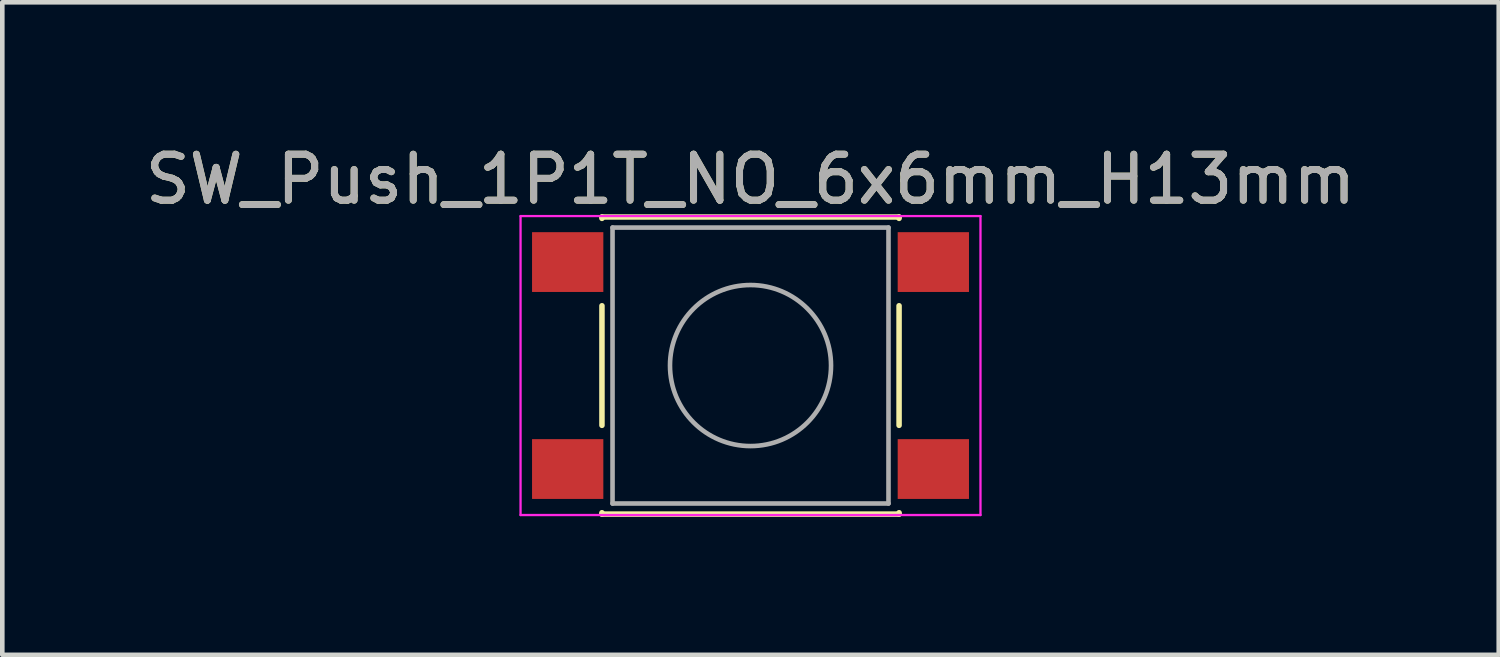
<source format=kicad_pcb>
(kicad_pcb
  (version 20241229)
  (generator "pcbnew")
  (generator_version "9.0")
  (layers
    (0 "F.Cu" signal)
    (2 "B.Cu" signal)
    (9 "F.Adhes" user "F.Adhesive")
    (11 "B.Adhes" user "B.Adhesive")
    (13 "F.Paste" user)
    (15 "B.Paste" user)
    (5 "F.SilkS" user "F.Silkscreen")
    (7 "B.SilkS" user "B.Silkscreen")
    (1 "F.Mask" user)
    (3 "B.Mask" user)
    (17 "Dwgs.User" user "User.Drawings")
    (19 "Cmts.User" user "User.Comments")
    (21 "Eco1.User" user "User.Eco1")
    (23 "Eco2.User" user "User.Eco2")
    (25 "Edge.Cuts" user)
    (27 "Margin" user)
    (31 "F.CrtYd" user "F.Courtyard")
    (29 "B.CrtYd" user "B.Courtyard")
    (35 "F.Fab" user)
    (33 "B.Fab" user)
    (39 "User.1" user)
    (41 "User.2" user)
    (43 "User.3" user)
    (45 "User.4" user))
  (footprint "SW_Push_1P1T_NO_6x6mm_H13mm"
    (layer "F.Cu")
    (at 13.268 4.898)
    (property "Reference" "SW_Push_1P1T_NO_6x6mm_H13mm" (at 0 -4.05 0) (layer "F.SilkS") (effects (font (size 1 1) (thickness 0.15))))
    (attr smd)
    (fp_line (start -3.23 -3.23) (end 3.23 -3.23) (stroke (width 0.12) (type solid)) (layer "F.SilkS"))
    (fp_line (start -3.23 -3.2) (end -3.23 -3.23) (stroke (width 0.12) (type solid)) (layer "F.SilkS"))
    (fp_line (start -3.23 -1.3) (end -3.23 1.3) (stroke (width 0.12) (type solid)) (layer "F.SilkS"))
    (fp_line (start -3.23 3.23) (end -3.23 3.2) (stroke (width 0.12) (type solid)) (layer "F.SilkS"))
    (fp_line (start -3.23 3.23) (end 3.23 3.23) (stroke (width 0.12) (type solid)) (layer "F.SilkS"))
    (fp_line (start 3.23 -3.23) (end 3.23 -3.2) (stroke (width 0.12) (type solid)) (layer "F.SilkS"))
    (fp_line (start 3.23 -1.3) (end 3.23 1.3) (stroke (width 0.12) (type solid)) (layer "F.SilkS"))
    (fp_line (start 3.23 3.23) (end 3.23 3.2) (stroke (width 0.12) (type solid)) (layer "F.SilkS"))
    (fp_line (start -5 -3.25) (end -5 3.25) (stroke (width 0.05) (type solid)) (layer "F.CrtYd"))
    (fp_line (start -5 -3.25) (end 5 -3.25) (stroke (width 0.05) (type solid)) (layer "F.CrtYd"))
    (fp_line (start -5 3.25) (end 5 3.25) (stroke (width 0.05) (type solid)) (layer "F.CrtYd"))
    (fp_line (start 5 3.25) (end 5 -3.25) (stroke (width 0.05) (type solid)) (layer "F.CrtYd"))
    (fp_line (start -3 -3) (end -3 3) (stroke (width 0.1) (type solid)) (layer "F.Fab"))
    (fp_line (start -3 3) (end 3 3) (stroke (width 0.1) (type solid)) (layer "F.Fab"))
    (fp_line (start 3 -3) (end -3 -3) (stroke (width 0.1) (type solid)) (layer "F.Fab"))
    (fp_line (start 3 3) (end 3 -3) (stroke (width 0.1) (type solid)) (layer "F.Fab"))
    (fp_circle (center 0 0) (end 1.75 -0.05) (stroke (width 0.1) (type solid)) (fill no) (layer "F.Fab"))
    (fp_text user "${REFERENCE}" (at 0 -4.05 0) (layer "F.Fab") (effects (font (size 1 1) (thickness 0.15))))
    (pad "1" smd rect (at -3.975 -2.25) (size 1.55 1.3) (layers "F.Cu" "F.Mask" "F.Paste"))
    (pad "2" smd rect (at 3.975 -2.25) (size 1.55 1.3) (layers "F.Cu" "F.Mask" "F.Paste"))
    (pad "3" smd rect (at -3.975 2.25) (size 1.55 1.3) (layers "F.Cu" "F.Mask" "F.Paste"))
    (pad "4" smd rect (at 3.975 2.25) (size 1.55 1.3) (layers "F.Cu" "F.Mask" "F.Paste")))
  (gr_rect
    (start -3 -3)
    (end 29.536 11.188)
    (stroke (width 0.1) (type default))
    (fill no)
    (layer "Edge.Cuts")))
</source>
